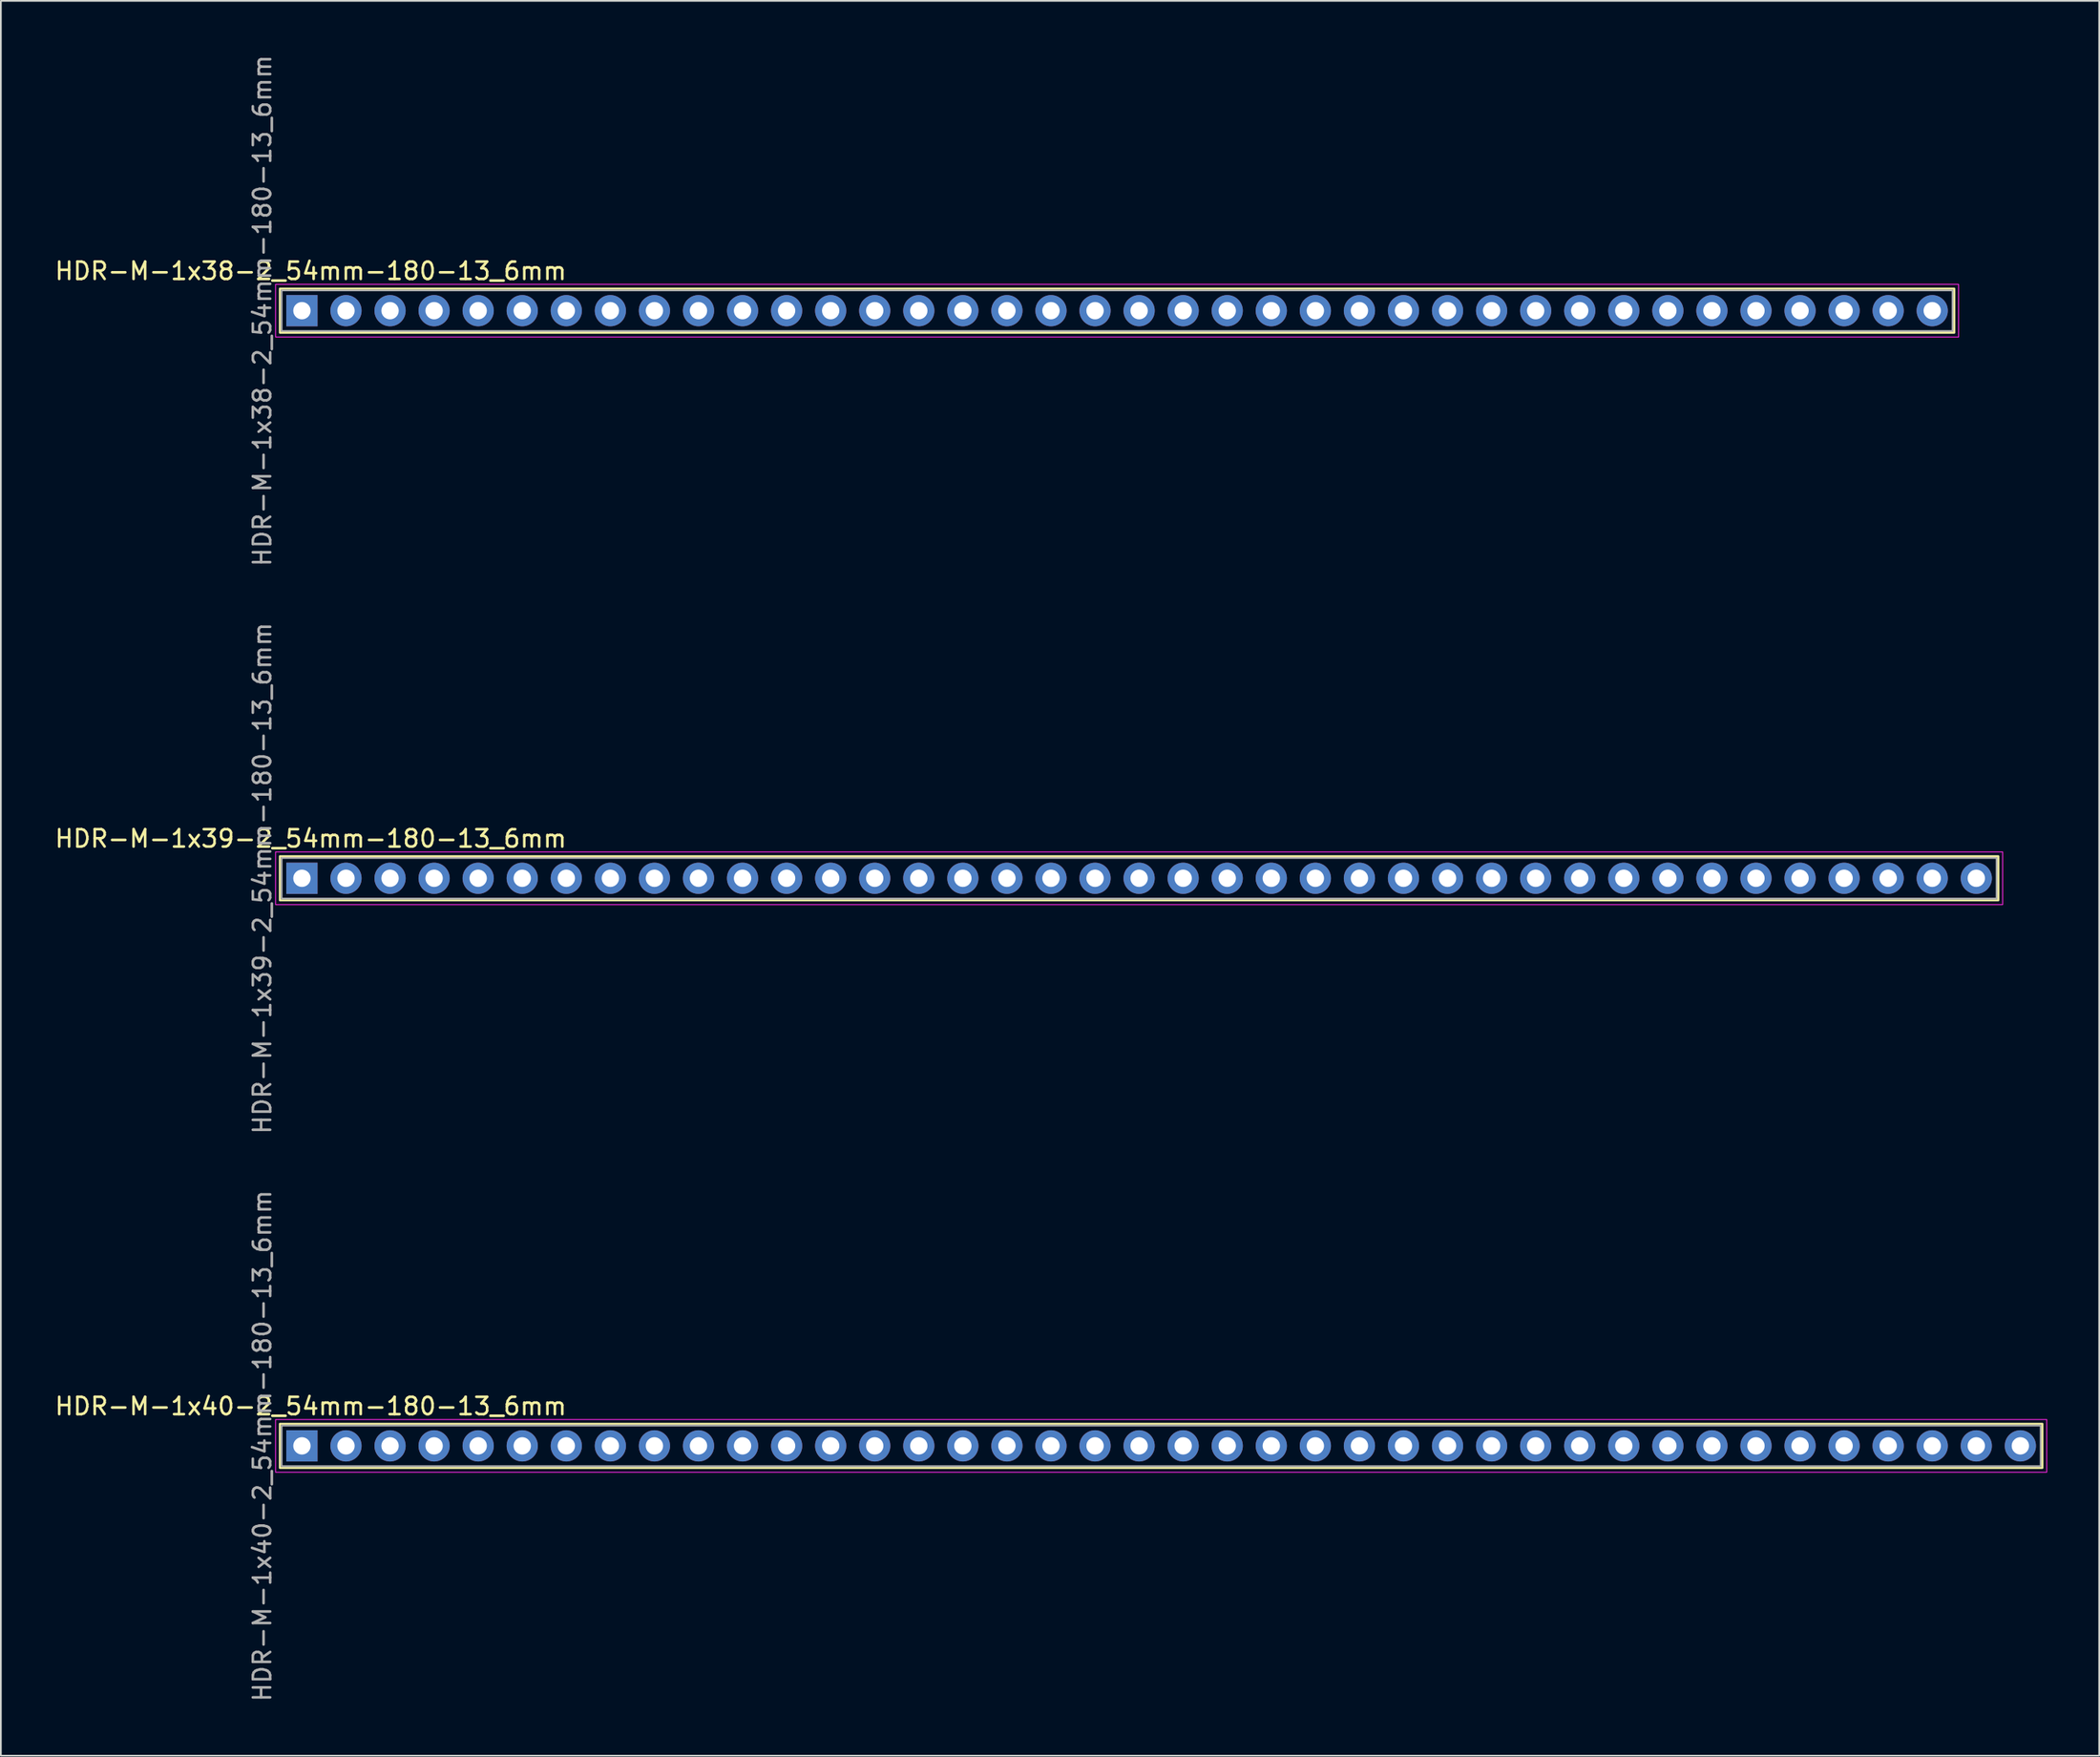
<source format=kicad_pcb>
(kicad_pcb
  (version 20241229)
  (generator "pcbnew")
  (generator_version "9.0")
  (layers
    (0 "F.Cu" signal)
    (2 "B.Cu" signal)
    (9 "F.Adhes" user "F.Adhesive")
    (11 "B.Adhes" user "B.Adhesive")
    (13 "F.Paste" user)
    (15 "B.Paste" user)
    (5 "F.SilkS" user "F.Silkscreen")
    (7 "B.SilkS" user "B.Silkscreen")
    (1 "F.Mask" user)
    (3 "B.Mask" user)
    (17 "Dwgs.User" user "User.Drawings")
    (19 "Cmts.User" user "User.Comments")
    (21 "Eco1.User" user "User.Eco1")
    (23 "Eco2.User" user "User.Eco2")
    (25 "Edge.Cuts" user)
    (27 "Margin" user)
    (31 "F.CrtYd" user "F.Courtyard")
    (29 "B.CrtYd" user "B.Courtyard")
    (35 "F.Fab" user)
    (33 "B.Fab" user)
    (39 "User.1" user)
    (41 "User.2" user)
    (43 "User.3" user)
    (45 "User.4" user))
  (footprint "HDR-M-1x39-2_54mm-180-13_6mm"
    (layer "F.Cu")
    (at 14.355 47.589)
    (property "Reference" "HDR-M-1x39-2_54mm-180-13_6mm" (at 0.508 -2.286 0) (unlocked yes) (layer "F.SilkS") (effects (font (size 1 1) (thickness 0.15))))
    (attr through_hole)
    (fp_rect (start -1.27 -1.27) (end 97.79 1.27) (stroke (width 0.12) (type solid)) (fill no) (layer "F.SilkS"))
    (fp_rect (start -1.52 -1.52) (end 98.04 1.52) (stroke (width 0.05) (type solid)) (fill no) (layer "F.CrtYd"))
    (fp_rect (start -1.17 -1.17) (end 97.69 1.17) (stroke (width 0.1) (type solid)) (fill no) (layer "F.Fab"))
    (fp_text user "${REFERENCE}" (at -2.286 0 90) (unlocked yes) (layer "F.Fab") (effects (font (size 1 1) (thickness 0.15))))
    (pad "1" thru_hole rect (at 0 0) (size 1.8 1.8) (drill 1) (layers "*.Cu" "*.Mask"))
    (pad "2" thru_hole circle (at 2.54 0) (size 1.8 1.8) (drill 1) (layers "*.Cu" "*.Mask"))
    (pad "3" thru_hole circle (at 5.08 0) (size 1.8 1.8) (drill 1) (layers "*.Cu" "*.Mask"))
    (pad "4" thru_hole circle (at 7.62 0) (size 1.8 1.8) (drill 1) (layers "*.Cu" "*.Mask"))
    (pad "5" thru_hole circle (at 10.16 0) (size 1.8 1.8) (drill 1) (layers "*.Cu" "*.Mask"))
    (pad "6" thru_hole circle (at 12.7 0) (size 1.8 1.8) (drill 1) (layers "*.Cu" "*.Mask"))
    (pad "7" thru_hole circle (at 15.24 0) (size 1.8 1.8) (drill 1) (layers "*.Cu" "*.Mask"))
    (pad "8" thru_hole circle (at 17.78 0) (size 1.8 1.8) (drill 1) (layers "*.Cu" "*.Mask"))
    (pad "9" thru_hole circle (at 20.32 0) (size 1.8 1.8) (drill 1) (layers "*.Cu" "*.Mask"))
    (pad "10" thru_hole circle (at 22.86 0) (size 1.8 1.8) (drill 1) (layers "*.Cu" "*.Mask"))
    (pad "11" thru_hole circle (at 25.4 0) (size 1.8 1.8) (drill 1) (layers "*.Cu" "*.Mask"))
    (pad "12" thru_hole circle (at 27.94 0) (size 1.8 1.8) (drill 1) (layers "*.Cu" "*.Mask"))
    (pad "13" thru_hole circle (at 30.48 0) (size 1.8 1.8) (drill 1) (layers "*.Cu" "*.Mask"))
    (pad "14" thru_hole circle (at 33.02 0) (size 1.8 1.8) (drill 1) (layers "*.Cu" "*.Mask"))
    (pad "15" thru_hole circle (at 35.56 0) (size 1.8 1.8) (drill 1) (layers "*.Cu" "*.Mask"))
    (pad "16" thru_hole circle (at 38.1 0) (size 1.8 1.8) (drill 1) (layers "*.Cu" "*.Mask"))
    (pad "17" thru_hole circle (at 40.64 0) (size 1.8 1.8) (drill 1) (layers "*.Cu" "*.Mask"))
    (pad "18" thru_hole circle (at 43.18 0) (size 1.8 1.8) (drill 1) (layers "*.Cu" "*.Mask"))
    (pad "19" thru_hole circle (at 45.72 0) (size 1.8 1.8) (drill 1) (layers "*.Cu" "*.Mask"))
    (pad "20" thru_hole circle (at 48.26 0) (size 1.8 1.8) (drill 1) (layers "*.Cu" "*.Mask"))
    (pad "21" thru_hole circle (at 50.8 0) (size 1.8 1.8) (drill 1) (layers "*.Cu" "*.Mask"))
    (pad "22" thru_hole circle (at 53.34 0) (size 1.8 1.8) (drill 1) (layers "*.Cu" "*.Mask"))
    (pad "23" thru_hole circle (at 55.88 0) (size 1.8 1.8) (drill 1) (layers "*.Cu" "*.Mask"))
    (pad "24" thru_hole circle (at 58.42 0) (size 1.8 1.8) (drill 1) (layers "*.Cu" "*.Mask"))
    (pad "25" thru_hole circle (at 60.96 0) (size 1.8 1.8) (drill 1) (layers "*.Cu" "*.Mask"))
    (pad "26" thru_hole circle (at 63.5 0) (size 1.8 1.8) (drill 1) (layers "*.Cu" "*.Mask"))
    (pad "27" thru_hole circle (at 66.04 0) (size 1.8 1.8) (drill 1) (layers "*.Cu" "*.Mask"))
    (pad "28" thru_hole circle (at 68.58 0) (size 1.8 1.8) (drill 1) (layers "*.Cu" "*.Mask"))
    (pad "29" thru_hole circle (at 71.12 0) (size 1.8 1.8) (drill 1) (layers "*.Cu" "*.Mask"))
    (pad "30" thru_hole circle (at 73.66 0) (size 1.8 1.8) (drill 1) (layers "*.Cu" "*.Mask"))
    (pad "31" thru_hole circle (at 76.2 0) (size 1.8 1.8) (drill 1) (layers "*.Cu" "*.Mask"))
    (pad "32" thru_hole circle (at 78.74 0) (size 1.8 1.8) (drill 1) (layers "*.Cu" "*.Mask"))
    (pad "33" thru_hole circle (at 81.28 0) (size 1.8 1.8) (drill 1) (layers "*.Cu" "*.Mask"))
    (pad "34" thru_hole circle (at 83.82 0) (size 1.8 1.8) (drill 1) (layers "*.Cu" "*.Mask"))
    (pad "35" thru_hole circle (at 86.36 0) (size 1.8 1.8) (drill 1) (layers "*.Cu" "*.Mask"))
    (pad "36" thru_hole circle (at 88.9 0) (size 1.8 1.8) (drill 1) (layers "*.Cu" "*.Mask"))
    (pad "37" thru_hole circle (at 91.44 0) (size 1.8 1.8) (drill 1) (layers "*.Cu" "*.Mask"))
    (pad "38" thru_hole circle (at 93.98 0) (size 1.8 1.8) (drill 1) (layers "*.Cu" "*.Mask"))
    (pad "39" thru_hole circle (at 96.52 0) (size 1.8 1.8) (drill 1) (layers "*.Cu" "*.Mask")))
  (footprint "HDR-M-1x40-2_54mm-180-13_6mm"
    (layer "F.Cu")
    (at 14.355 80.315)
    (property "Reference" "HDR-M-1x40-2_54mm-180-13_6mm" (at 0.508 -2.286 0) (unlocked yes) (layer "F.SilkS") (effects (font (size 1 1) (thickness 0.15))))
    (attr through_hole)
    (fp_rect (start -1.27 -1.27) (end 100.33 1.27) (stroke (width 0.12) (type solid)) (fill no) (layer "F.SilkS"))
    (fp_rect (start -1.52 -1.52) (end 100.58 1.52) (stroke (width 0.05) (type solid)) (fill no) (layer "F.CrtYd"))
    (fp_rect (start -1.17 -1.17) (end 100.23 1.17) (stroke (width 0.1) (type solid)) (fill no) (layer "F.Fab"))
    (fp_text user "${REFERENCE}" (at -2.286 0 90) (unlocked yes) (layer "F.Fab") (effects (font (size 1 1) (thickness 0.15))))
    (pad "1" thru_hole rect (at 0 0) (size 1.8 1.8) (drill 1) (layers "*.Cu" "*.Mask"))
    (pad "2" thru_hole circle (at 2.54 0) (size 1.8 1.8) (drill 1) (layers "*.Cu" "*.Mask"))
    (pad "3" thru_hole circle (at 5.08 0) (size 1.8 1.8) (drill 1) (layers "*.Cu" "*.Mask"))
    (pad "4" thru_hole circle (at 7.62 0) (size 1.8 1.8) (drill 1) (layers "*.Cu" "*.Mask"))
    (pad "5" thru_hole circle (at 10.16 0) (size 1.8 1.8) (drill 1) (layers "*.Cu" "*.Mask"))
    (pad "6" thru_hole circle (at 12.7 0) (size 1.8 1.8) (drill 1) (layers "*.Cu" "*.Mask"))
    (pad "7" thru_hole circle (at 15.24 0) (size 1.8 1.8) (drill 1) (layers "*.Cu" "*.Mask"))
    (pad "8" thru_hole circle (at 17.78 0) (size 1.8 1.8) (drill 1) (layers "*.Cu" "*.Mask"))
    (pad "9" thru_hole circle (at 20.32 0) (size 1.8 1.8) (drill 1) (layers "*.Cu" "*.Mask"))
    (pad "10" thru_hole circle (at 22.86 0) (size 1.8 1.8) (drill 1) (layers "*.Cu" "*.Mask"))
    (pad "11" thru_hole circle (at 25.4 0) (size 1.8 1.8) (drill 1) (layers "*.Cu" "*.Mask"))
    (pad "12" thru_hole circle (at 27.94 0) (size 1.8 1.8) (drill 1) (layers "*.Cu" "*.Mask"))
    (pad "13" thru_hole circle (at 30.48 0) (size 1.8 1.8) (drill 1) (layers "*.Cu" "*.Mask"))
    (pad "14" thru_hole circle (at 33.02 0) (size 1.8 1.8) (drill 1) (layers "*.Cu" "*.Mask"))
    (pad "15" thru_hole circle (at 35.56 0) (size 1.8 1.8) (drill 1) (layers "*.Cu" "*.Mask"))
    (pad "16" thru_hole circle (at 38.1 0) (size 1.8 1.8) (drill 1) (layers "*.Cu" "*.Mask"))
    (pad "17" thru_hole circle (at 40.64 0) (size 1.8 1.8) (drill 1) (layers "*.Cu" "*.Mask"))
    (pad "18" thru_hole circle (at 43.18 0) (size 1.8 1.8) (drill 1) (layers "*.Cu" "*.Mask"))
    (pad "19" thru_hole circle (at 45.72 0) (size 1.8 1.8) (drill 1) (layers "*.Cu" "*.Mask"))
    (pad "20" thru_hole circle (at 48.26 0) (size 1.8 1.8) (drill 1) (layers "*.Cu" "*.Mask"))
    (pad "21" thru_hole circle (at 50.8 0) (size 1.8 1.8) (drill 1) (layers "*.Cu" "*.Mask"))
    (pad "22" thru_hole circle (at 53.34 0) (size 1.8 1.8) (drill 1) (layers "*.Cu" "*.Mask"))
    (pad "23" thru_hole circle (at 55.88 0) (size 1.8 1.8) (drill 1) (layers "*.Cu" "*.Mask"))
    (pad "24" thru_hole circle (at 58.42 0) (size 1.8 1.8) (drill 1) (layers "*.Cu" "*.Mask"))
    (pad "25" thru_hole circle (at 60.96 0) (size 1.8 1.8) (drill 1) (layers "*.Cu" "*.Mask"))
    (pad "26" thru_hole circle (at 63.5 0) (size 1.8 1.8) (drill 1) (layers "*.Cu" "*.Mask"))
    (pad "27" thru_hole circle (at 66.04 0) (size 1.8 1.8) (drill 1) (layers "*.Cu" "*.Mask"))
    (pad "28" thru_hole circle (at 68.58 0) (size 1.8 1.8) (drill 1) (layers "*.Cu" "*.Mask"))
    (pad "29" thru_hole circle (at 71.12 0) (size 1.8 1.8) (drill 1) (layers "*.Cu" "*.Mask"))
    (pad "30" thru_hole circle (at 73.66 0) (size 1.8 1.8) (drill 1) (layers "*.Cu" "*.Mask"))
    (pad "31" thru_hole circle (at 76.2 0) (size 1.8 1.8) (drill 1) (layers "*.Cu" "*.Mask"))
    (pad "32" thru_hole circle (at 78.74 0) (size 1.8 1.8) (drill 1) (layers "*.Cu" "*.Mask"))
    (pad "33" thru_hole circle (at 81.28 0) (size 1.8 1.8) (drill 1) (layers "*.Cu" "*.Mask"))
    (pad "34" thru_hole circle (at 83.82 0) (size 1.8 1.8) (drill 1) (layers "*.Cu" "*.Mask"))
    (pad "35" thru_hole circle (at 86.36 0) (size 1.8 1.8) (drill 1) (layers "*.Cu" "*.Mask"))
    (pad "36" thru_hole circle (at 88.9 0) (size 1.8 1.8) (drill 1) (layers "*.Cu" "*.Mask"))
    (pad "37" thru_hole circle (at 91.44 0) (size 1.8 1.8) (drill 1) (layers "*.Cu" "*.Mask"))
    (pad "38" thru_hole circle (at 93.98 0) (size 1.8 1.8) (drill 1) (layers "*.Cu" "*.Mask"))
    (pad "39" thru_hole circle (at 96.52 0) (size 1.8 1.8) (drill 1) (layers "*.Cu" "*.Mask"))
    (pad "40" thru_hole circle (at 99.06 0) (size 1.8 1.8) (drill 1) (layers "*.Cu" "*.Mask")))
  (footprint "HDR-M-1x38-2_54mm-180-13_6mm"
    (layer "F.Cu")
    (at 14.355 14.863)
    (property "Reference" "HDR-M-1x38-2_54mm-180-13_6mm" (at 0.508 -2.286 0) (unlocked yes) (layer "F.SilkS") (effects (font (size 1 1) (thickness 0.15))))
    (attr through_hole)
    (fp_rect (start -1.27 -1.27) (end 95.25 1.27) (stroke (width 0.12) (type solid)) (fill no) (layer "F.SilkS"))
    (fp_rect (start -1.52 -1.52) (end 95.5 1.52) (stroke (width 0.05) (type solid)) (fill no) (layer "F.CrtYd"))
    (fp_rect (start -1.17 -1.17) (end 95.15 1.17) (stroke (width 0.1) (type solid)) (fill no) (layer "F.Fab"))
    (fp_text user "${REFERENCE}" (at -2.286 0 90) (unlocked yes) (layer "F.Fab") (effects (font (size 1 1) (thickness 0.15))))
    (pad "1" thru_hole rect (at 0 0) (size 1.8 1.8) (drill 1) (layers "*.Cu" "*.Mask"))
    (pad "2" thru_hole circle (at 2.54 0) (size 1.8 1.8) (drill 1) (layers "*.Cu" "*.Mask"))
    (pad "3" thru_hole circle (at 5.08 0) (size 1.8 1.8) (drill 1) (layers "*.Cu" "*.Mask"))
    (pad "4" thru_hole circle (at 7.62 0) (size 1.8 1.8) (drill 1) (layers "*.Cu" "*.Mask"))
    (pad "5" thru_hole circle (at 10.16 0) (size 1.8 1.8) (drill 1) (layers "*.Cu" "*.Mask"))
    (pad "6" thru_hole circle (at 12.7 0) (size 1.8 1.8) (drill 1) (layers "*.Cu" "*.Mask"))
    (pad "7" thru_hole circle (at 15.24 0) (size 1.8 1.8) (drill 1) (layers "*.Cu" "*.Mask"))
    (pad "8" thru_hole circle (at 17.78 0) (size 1.8 1.8) (drill 1) (layers "*.Cu" "*.Mask"))
    (pad "9" thru_hole circle (at 20.32 0) (size 1.8 1.8) (drill 1) (layers "*.Cu" "*.Mask"))
    (pad "10" thru_hole circle (at 22.86 0) (size 1.8 1.8) (drill 1) (layers "*.Cu" "*.Mask"))
    (pad "11" thru_hole circle (at 25.4 0) (size 1.8 1.8) (drill 1) (layers "*.Cu" "*.Mask"))
    (pad "12" thru_hole circle (at 27.94 0) (size 1.8 1.8) (drill 1) (layers "*.Cu" "*.Mask"))
    (pad "13" thru_hole circle (at 30.48 0) (size 1.8 1.8) (drill 1) (layers "*.Cu" "*.Mask"))
    (pad "14" thru_hole circle (at 33.02 0) (size 1.8 1.8) (drill 1) (layers "*.Cu" "*.Mask"))
    (pad "15" thru_hole circle (at 35.56 0) (size 1.8 1.8) (drill 1) (layers "*.Cu" "*.Mask"))
    (pad "16" thru_hole circle (at 38.1 0) (size 1.8 1.8) (drill 1) (layers "*.Cu" "*.Mask"))
    (pad "17" thru_hole circle (at 40.64 0) (size 1.8 1.8) (drill 1) (layers "*.Cu" "*.Mask"))
    (pad "18" thru_hole circle (at 43.18 0) (size 1.8 1.8) (drill 1) (layers "*.Cu" "*.Mask"))
    (pad "19" thru_hole circle (at 45.72 0) (size 1.8 1.8) (drill 1) (layers "*.Cu" "*.Mask"))
    (pad "20" thru_hole circle (at 48.26 0) (size 1.8 1.8) (drill 1) (layers "*.Cu" "*.Mask"))
    (pad "21" thru_hole circle (at 50.8 0) (size 1.8 1.8) (drill 1) (layers "*.Cu" "*.Mask"))
    (pad "22" thru_hole circle (at 53.34 0) (size 1.8 1.8) (drill 1) (layers "*.Cu" "*.Mask"))
    (pad "23" thru_hole circle (at 55.88 0) (size 1.8 1.8) (drill 1) (layers "*.Cu" "*.Mask"))
    (pad "24" thru_hole circle (at 58.42 0) (size 1.8 1.8) (drill 1) (layers "*.Cu" "*.Mask"))
    (pad "25" thru_hole circle (at 60.96 0) (size 1.8 1.8) (drill 1) (layers "*.Cu" "*.Mask"))
    (pad "26" thru_hole circle (at 63.5 0) (size 1.8 1.8) (drill 1) (layers "*.Cu" "*.Mask"))
    (pad "27" thru_hole circle (at 66.04 0) (size 1.8 1.8) (drill 1) (layers "*.Cu" "*.Mask"))
    (pad "28" thru_hole circle (at 68.58 0) (size 1.8 1.8) (drill 1) (layers "*.Cu" "*.Mask"))
    (pad "29" thru_hole circle (at 71.12 0) (size 1.8 1.8) (drill 1) (layers "*.Cu" "*.Mask"))
    (pad "30" thru_hole circle (at 73.66 0) (size 1.8 1.8) (drill 1) (layers "*.Cu" "*.Mask"))
    (pad "31" thru_hole circle (at 76.2 0) (size 1.8 1.8) (drill 1) (layers "*.Cu" "*.Mask"))
    (pad "32" thru_hole circle (at 78.74 0) (size 1.8 1.8) (drill 1) (layers "*.Cu" "*.Mask"))
    (pad "33" thru_hole circle (at 81.28 0) (size 1.8 1.8) (drill 1) (layers "*.Cu" "*.Mask"))
    (pad "34" thru_hole circle (at 83.82 0) (size 1.8 1.8) (drill 1) (layers "*.Cu" "*.Mask"))
    (pad "35" thru_hole circle (at 86.36 0) (size 1.8 1.8) (drill 1) (layers "*.Cu" "*.Mask"))
    (pad "36" thru_hole circle (at 88.9 0) (size 1.8 1.8) (drill 1) (layers "*.Cu" "*.Mask"))
    (pad "37" thru_hole circle (at 91.44 0) (size 1.8 1.8) (drill 1) (layers "*.Cu" "*.Mask"))
    (pad "38" thru_hole circle (at 93.98 0) (size 1.8 1.8) (drill 1) (layers "*.Cu" "*.Mask")))
  (gr_rect
    (start -3 -3)
    (end 117.96 98.179)
    (stroke (width 0.1) (type default))
    (fill no)
    (layer "Edge.Cuts")))
</source>
